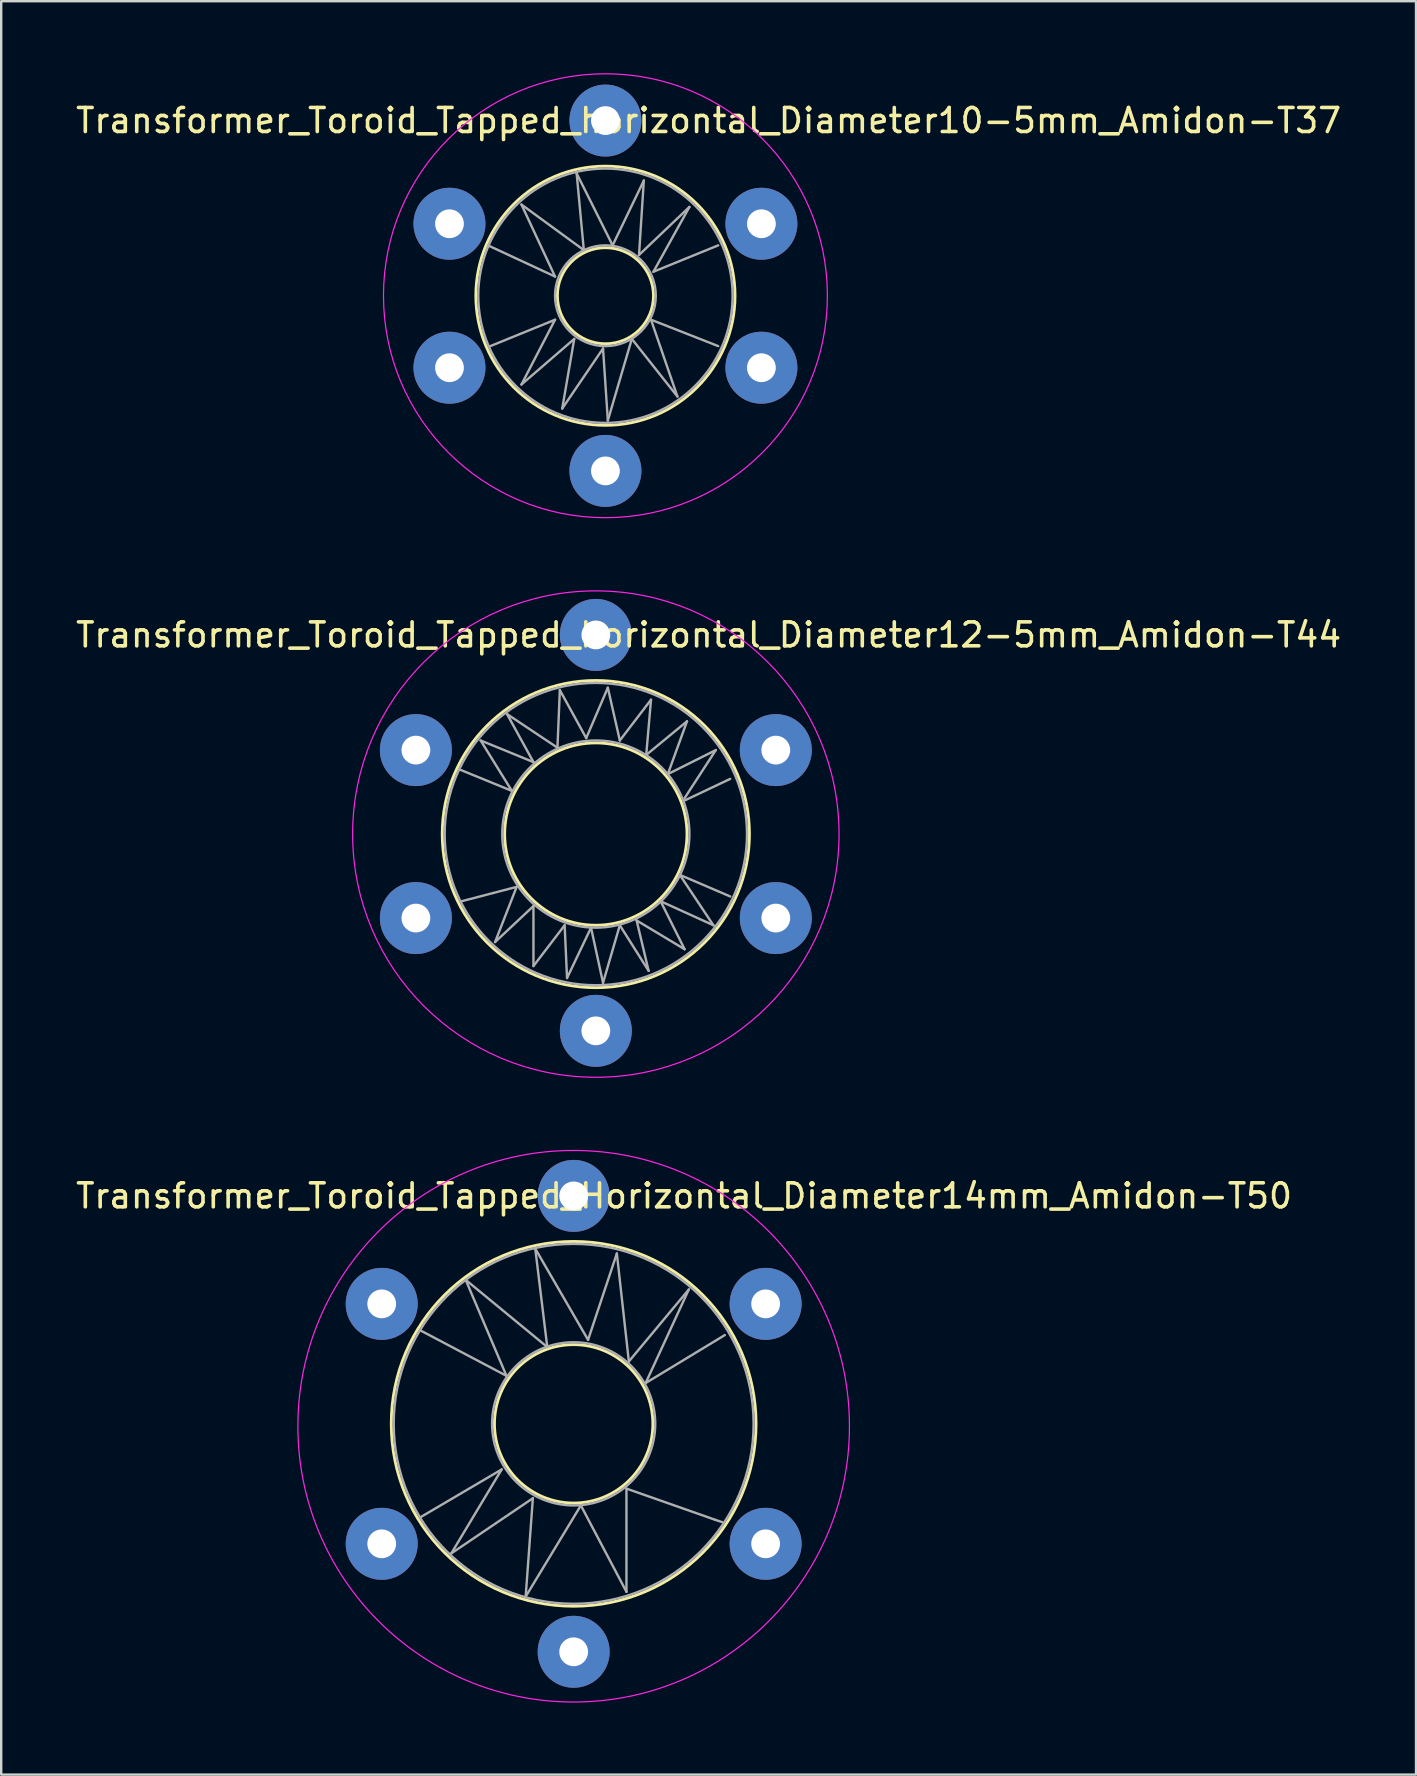
<source format=kicad_pcb>
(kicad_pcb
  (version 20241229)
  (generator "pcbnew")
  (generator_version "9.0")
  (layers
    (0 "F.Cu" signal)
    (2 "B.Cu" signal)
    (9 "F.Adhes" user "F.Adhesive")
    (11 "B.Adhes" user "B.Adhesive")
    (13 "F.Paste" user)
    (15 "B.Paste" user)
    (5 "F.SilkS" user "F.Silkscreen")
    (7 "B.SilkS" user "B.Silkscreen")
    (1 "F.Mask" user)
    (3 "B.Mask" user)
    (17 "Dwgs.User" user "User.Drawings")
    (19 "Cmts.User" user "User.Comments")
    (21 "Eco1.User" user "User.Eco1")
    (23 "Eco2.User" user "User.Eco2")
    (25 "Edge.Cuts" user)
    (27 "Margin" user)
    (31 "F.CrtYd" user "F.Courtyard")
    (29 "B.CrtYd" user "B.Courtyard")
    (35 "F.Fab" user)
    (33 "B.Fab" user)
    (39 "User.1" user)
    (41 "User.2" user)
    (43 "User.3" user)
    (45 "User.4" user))
  (footprint "Transformer_Toroid_Tapped_horizontal_Diameter12-5mm_Amidon-T44"
    (layer "F.Cu")
    (at 14.282 35.211)
    (property "Reference" "Transformer_Toroid_Tapped_horizontal_Diameter12-5mm_Amidon-T44" (at 12.2 -11.8 0) (layer "F.SilkS") (effects (font (size 1 1) (thickness 0.15))))
    (attr through_hole)
    (fp_circle (center 7.5 -3.5) (end 11.3 -3.5) (stroke (width 0.12) (type solid)) (fill no) (layer "F.SilkS"))
    (fp_circle (center 7.5 -3.5) (end 13.9 -3.4) (stroke (width 0.12) (type solid)) (fill no) (layer "F.SilkS"))
    (fp_circle (center 7.5 -3.5) (end 16.2 1.7) (stroke (width 0.05) (type solid)) (fill no) (layer "F.CrtYd"))
    (fp_line (start 1.8 -6.2) (end 4 -5.3) (stroke (width 0.1) (type solid)) (layer "F.Fab"))
    (fp_line (start 1.9 -0.7) (end 4.2 -1.3) (stroke (width 0.1) (type solid)) (layer "F.Fab"))
    (fp_line (start 2.7 -7.4) (end 4.9 -6.5) (stroke (width 0.1) (type solid)) (layer "F.Fab"))
    (fp_line (start 3.3 1) (end 4.9 -0.5) (stroke (width 0.1) (type solid)) (layer "F.Fab"))
    (fp_line (start 3.8 -8.5) (end 5.9 -7.1) (stroke (width 0.1) (type solid)) (layer "F.Fab"))
    (fp_line (start 4 -5.3) (end 2.7 -7.4) (stroke (width 0.1) (type solid)) (layer "F.Fab"))
    (fp_line (start 4.2 -1.3) (end 3.3 1) (stroke (width 0.1) (type solid)) (layer "F.Fab"))
    (fp_line (start 4.9 -6.5) (end 3.8 -8.5) (stroke (width 0.1) (type solid)) (layer "F.Fab"))
    (fp_line (start 4.9 -0.5) (end 4.9 2) (stroke (width 0.1) (type solid)) (layer "F.Fab"))
    (fp_line (start 4.9 2) (end 6.2 0.3) (stroke (width 0.1) (type solid)) (layer "F.Fab"))
    (fp_line (start 5.9 -7.1) (end 6 -9.5) (stroke (width 0.1) (type solid)) (layer "F.Fab"))
    (fp_line (start 6 -9.5) (end 7.1 -7.5) (stroke (width 0.1) (type solid)) (layer "F.Fab"))
    (fp_line (start 6.2 0.3) (end 6.3 2.5) (stroke (width 0.1) (type solid)) (layer "F.Fab"))
    (fp_line (start 6.3 2.5) (end 7.3 0.4) (stroke (width 0.1) (type solid)) (layer "F.Fab"))
    (fp_line (start 7.1 -7.5) (end 8 -9.6) (stroke (width 0.1) (type solid)) (layer "F.Fab"))
    (fp_line (start 7.3 0.4) (end 7.8 2.7) (stroke (width 0.1) (type solid)) (layer "F.Fab"))
    (fp_line (start 7.8 2.7) (end 8.5 0.3) (stroke (width 0.1) (type solid)) (layer "F.Fab"))
    (fp_line (start 8 -9.6) (end 8.5 -7.4) (stroke (width 0.1) (type solid)) (layer "F.Fab"))
    (fp_line (start 8.5 -7.4) (end 9.8 -9.1) (stroke (width 0.1) (type solid)) (layer "F.Fab"))
    (fp_line (start 8.5 0.3) (end 9.7 2.2) (stroke (width 0.1) (type solid)) (layer "F.Fab"))
    (fp_line (start 9.2 0.1) (end 11.2 1.3) (stroke (width 0.1) (type solid)) (layer "F.Fab"))
    (fp_line (start 9.6 -6.8) (end 11.3 -8.2) (stroke (width 0.1) (type solid)) (layer "F.Fab"))
    (fp_line (start 9.7 2.2) (end 9.2 0.1) (stroke (width 0.1) (type solid)) (layer "F.Fab"))
    (fp_line (start 9.8 -9.1) (end 9.6 -6.8) (stroke (width 0.1) (type solid)) (layer "F.Fab"))
    (fp_line (start 10.2 -0.7) (end 12.4 0.3) (stroke (width 0.1) (type solid)) (layer "F.Fab"))
    (fp_line (start 10.5 -6) (end 12.5 -7) (stroke (width 0.1) (type solid)) (layer "F.Fab"))
    (fp_line (start 11 -1.8) (end 13.1 -0.9) (stroke (width 0.1) (type solid)) (layer "F.Fab"))
    (fp_line (start 11.2 -4.9) (end 13.1 -5.8) (stroke (width 0.1) (type solid)) (layer "F.Fab"))
    (fp_line (start 11.2 1.3) (end 10.2 -0.7) (stroke (width 0.1) (type solid)) (layer "F.Fab"))
    (fp_line (start 11.3 -8.2) (end 10.5 -6) (stroke (width 0.1) (type solid)) (layer "F.Fab"))
    (fp_line (start 12.4 0.3) (end 11 -1.8) (stroke (width 0.1) (type solid)) (layer "F.Fab"))
    (fp_line (start 12.5 -7) (end 11.2 -5) (stroke (width 0.1) (type solid)) (layer "F.Fab"))
    (fp_circle (center 7.5 -3.5) (end 11.4 -3.5) (stroke (width 0.1) (type solid)) (fill no) (layer "F.Fab"))
    (fp_circle (center 7.5 -3.5) (end 13.8 -3.5) (stroke (width 0.1) (type solid)) (fill no) (layer "F.Fab"))
    (pad "1" thru_hole circle (at 0 0) (size 3 3) (drill 1.2) (layers "*.Cu" "*.Mask"))
    (pad "2" thru_hole circle (at 7.5 4.7) (size 3 3) (drill 1.2) (layers "*.Cu" "*.Mask"))
    (pad "3" thru_hole circle (at 15 0) (size 3 3) (drill 1.2) (layers "*.Cu" "*.Mask"))
    (pad "4" thru_hole circle (at 0 -7) (size 3 3) (drill 1.2) (layers "*.Cu" "*.Mask"))
    (pad "5" thru_hole circle (at 7.5 -11.8) (size 3 3) (drill 1.2) (layers "*.Cu" "*.Mask"))
    (pad "6" thru_hole circle (at 15 -7) (size 3 3) (drill 1.2) (layers "*.Cu" "*.Mask")))
  (footprint "Transformer_Toroid_Tapped_Horizontal_Diameter14mm_Amidon-T50"
    (layer "F.Cu")
    (at 12.858 61.29)
    (property "Reference" "Transformer_Toroid_Tapped_Horizontal_Diameter14mm_Amidon-T50" (at 12.6 -14.5 0) (layer "F.SilkS") (effects (font (size 1 1) (thickness 0.15))))
    (attr through_hole)
    (fp_circle (center 8 -5) (end 11.3 -5.1) (stroke (width 0.12) (type solid)) (fill no) (layer "F.SilkS"))
    (fp_circle (center 8 -5) (end 15.6 -5.1) (stroke (width 0.12) (type solid)) (fill no) (layer "F.SilkS"))
    (fp_circle (center 8 -4.9) (end 18.3 0.2) (stroke (width 0.05) (type solid)) (fill no) (layer "F.CrtYd"))
    (fp_line (start 1.6 -8.9) (end 5.2 -7) (stroke (width 0.1) (type solid)) (layer "F.Fab"))
    (fp_line (start 1.6 -1.1) (end 5 -3.1) (stroke (width 0.1) (type solid)) (layer "F.Fab"))
    (fp_line (start 2.9 0.4) (end 6.3 -1.9) (stroke (width 0.1) (type solid)) (layer "F.Fab"))
    (fp_line (start 3.5 -11) (end 6.9 -8.2) (stroke (width 0.1) (type solid)) (layer "F.Fab"))
    (fp_line (start 5 -3.1) (end 2.9 0.4) (stroke (width 0.1) (type solid)) (layer "F.Fab"))
    (fp_line (start 5.2 -7) (end 3.5 -11) (stroke (width 0.1) (type solid)) (layer "F.Fab"))
    (fp_line (start 6 2.2) (end 8.3 -1.6) (stroke (width 0.1) (type solid)) (layer "F.Fab"))
    (fp_line (start 6.3 -1.9) (end 6 2.2) (stroke (width 0.1) (type solid)) (layer "F.Fab"))
    (fp_line (start 6.4 -12.3) (end 8.6 -8.5) (stroke (width 0.1) (type solid)) (layer "F.Fab"))
    (fp_line (start 6.9 -8.2) (end 6.4 -12.3) (stroke (width 0.1) (type solid)) (layer "F.Fab"))
    (fp_line (start 8.3 -1.6) (end 10.2 2) (stroke (width 0.1) (type solid)) (layer "F.Fab"))
    (fp_line (start 8.6 -8.5) (end 9.8 -12.1) (stroke (width 0.1) (type solid)) (layer "F.Fab"))
    (fp_line (start 9.8 -12.1) (end 10.3 -7.6) (stroke (width 0.1) (type solid)) (layer "F.Fab"))
    (fp_line (start 10.2 -2.3) (end 13.9 -1) (stroke (width 0.1) (type solid)) (layer "F.Fab"))
    (fp_line (start 10.2 2) (end 10.2 -2.3) (stroke (width 0.1) (type solid)) (layer "F.Fab"))
    (fp_line (start 10.3 -7.6) (end 12.8 -10.6) (stroke (width 0.1) (type solid)) (layer "F.Fab"))
    (fp_line (start 11 -6.7) (end 14.3 -8.7) (stroke (width 0.1) (type solid)) (layer "F.Fab"))
    (fp_line (start 12.8 -10.6) (end 11 -6.7) (stroke (width 0.1) (type solid)) (layer "F.Fab"))
    (fp_line (start 13.9 -1) (end 14.2 -0.9) (stroke (width 0.1) (type solid)) (layer "F.Fab"))
    (fp_circle (center 8 -5) (end 11.4 -5) (stroke (width 0.1) (type solid)) (fill no) (layer "F.Fab"))
    (fp_circle (center 8 -5) (end 15.5 -5) (stroke (width 0.1) (type solid)) (fill no) (layer "F.Fab"))
    (pad "1" thru_hole circle (at 0 0) (size 3 3) (drill 1.2) (layers "*.Cu" "*.Mask"))
    (pad "2" thru_hole circle (at 8 4.5) (size 3 3) (drill 1.2) (layers "*.Cu" "*.Mask"))
    (pad "3" thru_hole circle (at 16 0) (size 3 3) (drill 1.2) (layers "*.Cu" "*.Mask"))
    (pad "4" thru_hole circle (at 0 -10) (size 3 3) (drill 1.2) (layers "*.Cu" "*.Mask"))
    (pad "5" thru_hole circle (at 8 -14.5) (size 3 3) (drill 1.2) (layers "*.Cu" "*.Mask"))
    (pad "6" thru_hole circle (at 16 -10) (size 3 3) (drill 1.2) (layers "*.Cu" "*.Mask")))
  (footprint "Transformer_Toroid_Tapped_horizontal_Diameter10-5mm_Amidon-T37"
    (layer "F.Cu")
    (at 15.682 12.275)
    (property "Reference" "Transformer_Toroid_Tapped_horizontal_Diameter10-5mm_Amidon-T37" (at 10.8 -10.3 0) (layer "F.SilkS") (effects (font (size 1 1) (thickness 0.15))))
    (attr through_hole)
    (fp_circle (center 6.5 -3) (end 8.5 -3.1) (stroke (width 0.12) (type solid)) (fill no) (layer "F.SilkS"))
    (fp_circle (center 6.5 -3) (end 11.9 -3) (stroke (width 0.12) (type solid)) (fill no) (layer "F.SilkS"))
    (fp_circle (center 6.5 -3) (end 6.5 -12.25) (stroke (width 0.05) (type solid)) (fill no) (layer "F.CrtYd"))
    (fp_line (start 1.6 -5.1) (end 4.4 -3.8) (stroke (width 0.1) (type solid)) (layer "F.Fab"))
    (fp_line (start 1.7 -0.9) (end 4.4 -2) (stroke (width 0.1) (type solid)) (layer "F.Fab"))
    (fp_line (start 3 -6.8) (end 5.6 -4.9) (stroke (width 0.1) (type solid)) (layer "F.Fab"))
    (fp_line (start 3 0.7) (end 5.2 -1.2) (stroke (width 0.1) (type solid)) (layer "F.Fab"))
    (fp_line (start 4.4 -3.8) (end 3 -6.8) (stroke (width 0.1) (type solid)) (layer "F.Fab"))
    (fp_line (start 4.4 -2) (end 3 0.7) (stroke (width 0.1) (type solid)) (layer "F.Fab"))
    (fp_line (start 4.7 1.7) (end 6.4 -0.8) (stroke (width 0.1) (type solid)) (layer "F.Fab"))
    (fp_line (start 5.2 -1.2) (end 4.7 1.7) (stroke (width 0.1) (type solid)) (layer "F.Fab"))
    (fp_line (start 5.3 -8.1) (end 6.8 -5.1) (stroke (width 0.1) (type solid)) (layer "F.Fab"))
    (fp_line (start 5.6 -4.9) (end 5.3 -8.1) (stroke (width 0.1) (type solid)) (layer "F.Fab"))
    (fp_line (start 6.4 -0.8) (end 6.6 2.2) (stroke (width 0.1) (type solid)) (layer "F.Fab"))
    (fp_line (start 6.6 2.2) (end 7.6 -1.2) (stroke (width 0.1) (type solid)) (layer "F.Fab"))
    (fp_line (start 6.8 -5.1) (end 8.1 -7.8) (stroke (width 0.1) (type solid)) (layer "F.Fab"))
    (fp_line (start 7.6 -1.2) (end 9.5 1.2) (stroke (width 0.1) (type solid)) (layer "F.Fab"))
    (fp_line (start 7.9 -4.7) (end 10 -6.7) (stroke (width 0.1) (type solid)) (layer "F.Fab"))
    (fp_line (start 8.1 -7.8) (end 7.9 -4.7) (stroke (width 0.1) (type solid)) (layer "F.Fab"))
    (fp_line (start 8.4 -2) (end 11.2 -0.9) (stroke (width 0.1) (type solid)) (layer "F.Fab"))
    (fp_line (start 8.5 -4) (end 11.2 -5.1) (stroke (width 0.1) (type solid)) (layer "F.Fab"))
    (fp_line (start 9.5 1.2) (end 8.4 -2) (stroke (width 0.1) (type solid)) (layer "F.Fab"))
    (fp_line (start 10 -6.7) (end 8.5 -4) (stroke (width 0.1) (type solid)) (layer "F.Fab"))
    (fp_circle (center 6.5 -3) (end 8.6 -3) (stroke (width 0.1) (type solid)) (fill no) (layer "F.Fab"))
    (fp_circle (center 6.5 -3) (end 11.8 -3) (stroke (width 0.1) (type solid)) (fill no) (layer "F.Fab"))
    (pad "1" thru_hole circle (at 0 0) (size 3 3) (drill 1.2) (layers "*.Cu" "*.Mask"))
    (pad "2" thru_hole circle (at 6.5 4.3) (size 3 3) (drill 1.2) (layers "*.Cu" "*.Mask"))
    (pad "3" thru_hole circle (at 13 0) (size 3 3) (drill 1.2) (layers "*.Cu" "*.Mask"))
    (pad "4" thru_hole circle (at 0 -6) (size 3 3) (drill 1.2) (layers "*.Cu" "*.Mask"))
    (pad "5" thru_hole circle (at 6.5 -10.3) (size 3 3) (drill 1.2) (layers "*.Cu" "*.Mask"))
    (pad "6" thru_hole circle (at 13 -6) (size 3 3) (drill 1.2) (layers "*.Cu" "*.Mask")))
  (gr_rect
    (start -3 -3)
    (end 55.964 70.908)
    (stroke (width 0.1) (type default))
    (fill no)
    (layer "Edge.Cuts")))
</source>
